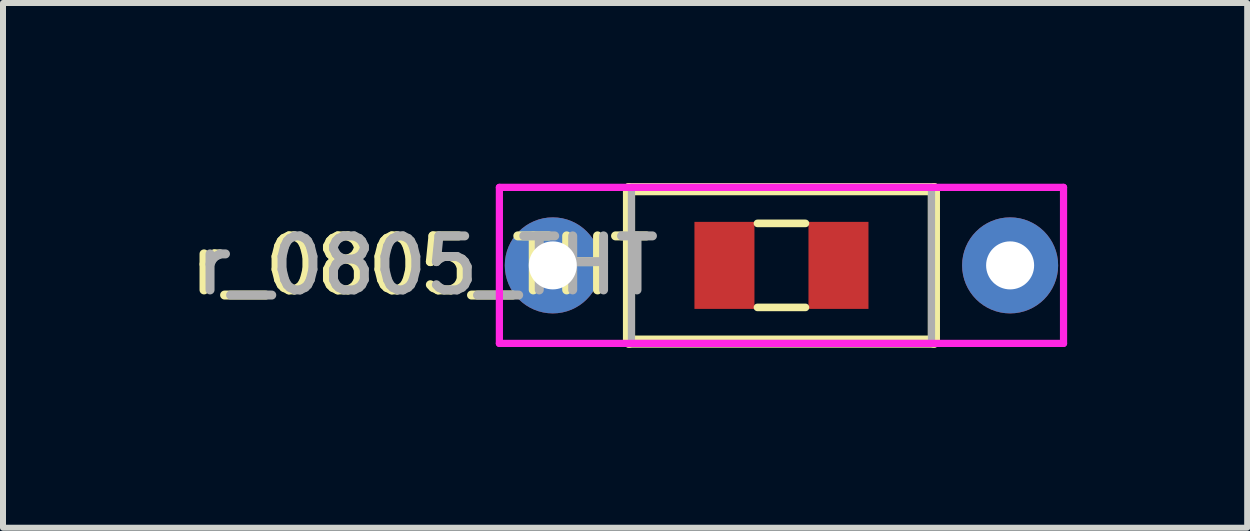
<source format=kicad_pcb>
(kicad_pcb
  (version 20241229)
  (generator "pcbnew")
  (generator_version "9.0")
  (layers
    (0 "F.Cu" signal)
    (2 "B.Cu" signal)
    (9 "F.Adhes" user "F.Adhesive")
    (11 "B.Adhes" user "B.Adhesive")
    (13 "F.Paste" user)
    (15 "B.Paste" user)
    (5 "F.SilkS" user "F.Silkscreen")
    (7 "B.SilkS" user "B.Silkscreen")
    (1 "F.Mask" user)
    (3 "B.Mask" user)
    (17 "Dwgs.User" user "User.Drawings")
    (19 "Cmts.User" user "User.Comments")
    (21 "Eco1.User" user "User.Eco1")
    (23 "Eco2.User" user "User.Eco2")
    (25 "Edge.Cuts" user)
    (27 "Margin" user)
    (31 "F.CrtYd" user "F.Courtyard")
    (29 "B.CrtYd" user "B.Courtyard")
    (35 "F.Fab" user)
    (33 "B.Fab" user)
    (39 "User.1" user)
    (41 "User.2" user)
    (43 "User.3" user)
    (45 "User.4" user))
  (footprint "r_0805_THT"
    (layer "F.Cu")
    (at 9.971 1.372)
    (property "Reference" "r_0805_THT" (at -6 0 180) (layer "F.SilkS") (effects (font (size 0.9 0.9) (thickness 0.15))))
    (attr smd)
    (fp_line (start -2.54 -1.27) (end -2.54 1.27) (stroke (width 0.203) (type solid)) (layer "F.SilkS"))
    (fp_line (start -2.54 1.27) (end 2.54 1.27) (stroke (width 0.203) (type solid)) (layer "F.SilkS"))
    (fp_line (start -0.4 -0.7) (end 0.4 -0.7) (stroke (width 0.127) (type solid)) (layer "F.SilkS"))
    (fp_line (start 0.4 0.7) (end -0.4 0.7) (stroke (width 0.127) (type solid)) (layer "F.SilkS"))
    (fp_line (start 2.54 -1.27) (end -2.54 -1.27) (stroke (width 0.203) (type solid)) (layer "F.SilkS"))
    (fp_line (start 2.54 1.27) (end 2.54 -1.27) (stroke (width 0.203) (type solid)) (layer "F.SilkS"))
    (fp_line (start -4.7 -1.3) (end 4.7 -1.3) (stroke (width 0.12) (type solid)) (layer "F.CrtYd"))
    (fp_line (start -4.7 1.3) (end -4.7 -1.3) (stroke (width 0.12) (type solid)) (layer "F.CrtYd"))
    (fp_line (start 4.7 -1.3) (end 4.7 1.3) (stroke (width 0.12) (type solid)) (layer "F.CrtYd"))
    (fp_line (start 4.7 1.3) (end -4.7 1.3) (stroke (width 0.12) (type solid)) (layer "F.CrtYd"))
    (fp_line (start -2.5 -1.3) (end 2.5 -1.3) (stroke (width 0.12) (type solid)) (layer "F.Fab"))
    (fp_line (start -2.5 1.3) (end -2.5 -1.3) (stroke (width 0.12) (type solid)) (layer "F.Fab"))
    (fp_line (start 2.5 -1.3) (end 2.5 1.3) (stroke (width 0.12) (type solid)) (layer "F.Fab"))
    (fp_line (start 2.5 1.3) (end -2.5 1.3) (stroke (width 0.12) (type solid)) (layer "F.Fab"))
    (fp_text user "${REFERENCE}" (at -5.9 0 0) (layer "F.Fab") (effects (font (size 0.9 0.9) (thickness 0.15))))
    (pad "1" thru_hole circle (at -3.81 0) (size 1.6 1.6) (drill 0.8) (layers "*.Cu" "*.Mask"))
    (pad "1" smd rect (at -0.95 0) (size 1 1.45) (layers "F.Cu" "F.Mask" "F.Paste"))
    (pad "2" smd rect (at 0.95 0) (size 1 1.45) (layers "F.Cu" "F.Mask" "F.Paste"))
    (pad "2" thru_hole circle (at 3.81 0) (size 1.6 1.6) (drill 0.8) (layers "*.Cu" "*.Mask")))
  (gr_rect
    (start -3 -3)
    (end 17.731 5.743)
    (stroke (width 0.1) (type default))
    (fill no)
    (layer "Edge.Cuts")))
</source>
